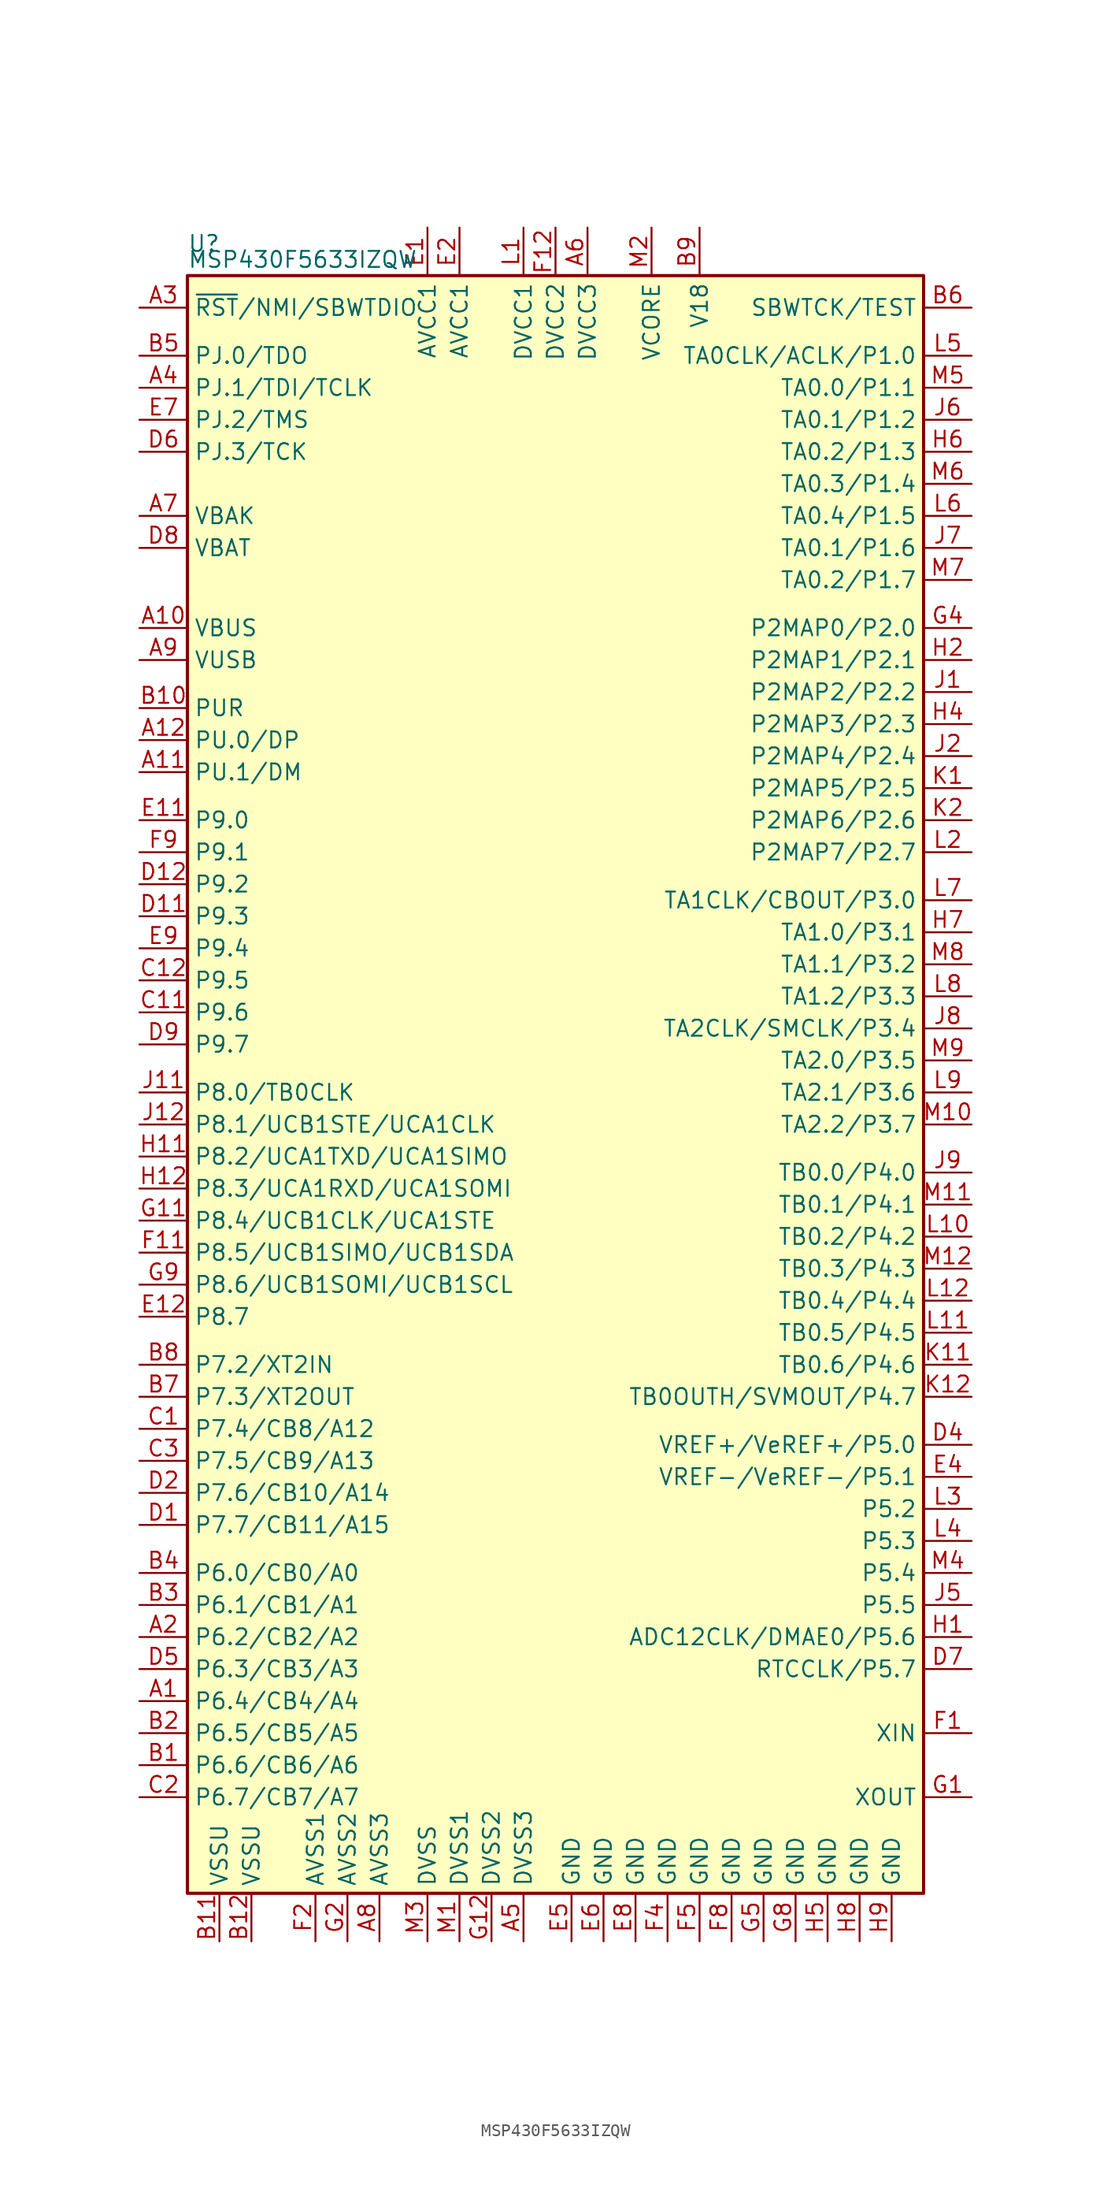
<source format=kicad_sym>
(kicad_symbol_lib
  (version 20241209)
  (generator "kicad_symbol_editor")
  (generator_version "9.0")
  (symbol "MSP430F5633IZQW"
    (property "Reference" "U"
      (at -29.21 66.04 0)
      (effects (font (size 1.27 1.27)) (justify left)))
    (property "Value" "MSP430F5633IZQW"
      (at -29.21 64.77 0)
      (effects (font (size 1.27 1.27)) (justify left)))
    (symbol "MSP430F5633IZQW_0_1"
      (rectangle (start -29.21 63.5) (end 29.21 -64.77) (stroke (width 0.254) (type default)) (fill (type background))))
    (symbol "MSP430F5633IZQW_1_1"
      (pin input line (at -33.02 60.96 0) (length 3.81) (name "~{RST}/NMI/SBWTDIO" (effects (font (size 1.27 1.27)))) (number "A3" (effects (font (size 1.27 1.27)))))
      (pin bidirectional line (at -33.02 57.15 0) (length 3.81) (name "PJ.0/TDO" (effects (font (size 1.27 1.27)))) (number "B5" (effects (font (size 1.27 1.27)))))
      (pin bidirectional line (at -33.02 54.61 0) (length 3.81) (name "PJ.1/TDI/TCLK" (effects (font (size 1.27 1.27)))) (number "A4" (effects (font (size 1.27 1.27)))))
      (pin bidirectional line (at -33.02 52.07 0) (length 3.81) (name "PJ.2/TMS" (effects (font (size 1.27 1.27)))) (number "E7" (effects (font (size 1.27 1.27)))))
      (pin bidirectional line (at -33.02 49.53 0) (length 3.81) (name "PJ.3/TCK" (effects (font (size 1.27 1.27)))) (number "D6" (effects (font (size 1.27 1.27)))))
      (pin bidirectional line (at -33.02 44.45 0) (length 3.81) (name "VBAK" (effects (font (size 1.27 1.27)))) (number "A7" (effects (font (size 1.27 1.27)))))
      (pin bidirectional line (at -33.02 41.91 0) (length 3.81) (name "VBAT" (effects (font (size 1.27 1.27)))) (number "D8" (effects (font (size 1.27 1.27)))))
      (pin bidirectional line (at -33.02 35.56 0) (length 3.81) (name "VBUS" (effects (font (size 1.27 1.27)))) (number "A10" (effects (font (size 1.27 1.27)))))
      (pin bidirectional line (at -33.02 33.02 0) (length 3.81) (name "VUSB" (effects (font (size 1.27 1.27)))) (number "A9" (effects (font (size 1.27 1.27)))))
      (pin bidirectional line (at -33.02 29.21 0) (length 3.81) (name "PUR" (effects (font (size 1.27 1.27)))) (number "B10" (effects (font (size 1.27 1.27)))))
      (pin bidirectional line (at -33.02 26.67 0) (length 3.81) (name "PU.0/DP" (effects (font (size 1.27 1.27)))) (number "A12" (effects (font (size 1.27 1.27)))))
      (pin bidirectional line (at -33.02 24.13 0) (length 3.81) (name "PU.1/DM" (effects (font (size 1.27 1.27)))) (number "A11" (effects (font (size 1.27 1.27)))))
      (pin bidirectional line (at -33.02 20.32 0) (length 3.81) (name "P9.0" (effects (font (size 1.27 1.27)))) (number "E11" (effects (font (size 1.27 1.27)))))
      (pin bidirectional line (at -33.02 17.78 0) (length 3.81) (name "P9.1" (effects (font (size 1.27 1.27)))) (number "F9" (effects (font (size 1.27 1.27)))))
      (pin bidirectional line (at -33.02 15.24 0) (length 3.81) (name "P9.2" (effects (font (size 1.27 1.27)))) (number "D12" (effects (font (size 1.27 1.27)))))
      (pin bidirectional line (at -33.02 12.7 0) (length 3.81) (name "P9.3" (effects (font (size 1.27 1.27)))) (number "D11" (effects (font (size 1.27 1.27)))))
      (pin bidirectional line (at -33.02 10.16 0) (length 3.81) (name "P9.4" (effects (font (size 1.27 1.27)))) (number "E9" (effects (font (size 1.27 1.27)))))
      (pin bidirectional line (at -33.02 7.62 0) (length 3.81) (name "P9.5" (effects (font (size 1.27 1.27)))) (number "C12" (effects (font (size 1.27 1.27)))))
      (pin bidirectional line (at -33.02 5.08 0) (length 3.81) (name "P9.6" (effects (font (size 1.27 1.27)))) (number "C11" (effects (font (size 1.27 1.27)))))
      (pin bidirectional line (at -33.02 2.54 0) (length 3.81) (name "P9.7" (effects (font (size 1.27 1.27)))) (number "D9" (effects (font (size 1.27 1.27)))))
      (pin bidirectional line (at -33.02 -1.27 0) (length 3.81) (name "P8.0/TB0CLK" (effects (font (size 1.27 1.27)))) (number "J11" (effects (font (size 1.27 1.27)))))
      (pin bidirectional line (at -33.02 -3.81 0) (length 3.81) (name "P8.1/UCB1STE/UCA1CLK" (effects (font (size 1.27 1.27)))) (number "J12" (effects (font (size 1.27 1.27)))))
      (pin bidirectional line (at -33.02 -6.35 0) (length 3.81) (name "P8.2/UCA1TXD/UCA1SIMO" (effects (font (size 1.27 1.27)))) (number "H11" (effects (font (size 1.27 1.27)))))
      (pin bidirectional line (at -33.02 -8.89 0) (length 3.81) (name "P8.3/UCA1RXD/UCA1SOMI" (effects (font (size 1.27 1.27)))) (number "H12" (effects (font (size 1.27 1.27)))))
      (pin bidirectional line (at -33.02 -11.43 0) (length 3.81) (name "P8.4/UCB1CLK/UCA1STE" (effects (font (size 1.27 1.27)))) (number "G11" (effects (font (size 1.27 1.27)))))
      (pin bidirectional line (at -33.02 -13.97 0) (length 3.81) (name "P8.5/UCB1SIMO/UCB1SDA" (effects (font (size 1.27 1.27)))) (number "F11" (effects (font (size 1.27 1.27)))))
      (pin bidirectional line (at -33.02 -16.51 0) (length 3.81) (name "P8.6/UCB1SOMI/UCB1SCL" (effects (font (size 1.27 1.27)))) (number "G9" (effects (font (size 1.27 1.27)))))
      (pin bidirectional line (at -33.02 -19.05 0) (length 3.81) (name "P8.7" (effects (font (size 1.27 1.27)))) (number "E12" (effects (font (size 1.27 1.27)))))
      (pin bidirectional line (at -33.02 -22.86 0) (length 3.81) (name "P7.2/XT2IN" (effects (font (size 1.27 1.27)))) (number "B8" (effects (font (size 1.27 1.27)))))
      (pin bidirectional line (at -33.02 -25.4 0) (length 3.81) (name "P7.3/XT2OUT" (effects (font (size 1.27 1.27)))) (number "B7" (effects (font (size 1.27 1.27)))))
      (pin bidirectional line (at -33.02 -27.94 0) (length 3.81) (name "P7.4/CB8/A12" (effects (font (size 1.27 1.27)))) (number "C1" (effects (font (size 1.27 1.27)))))
      (pin bidirectional line (at -33.02 -30.48 0) (length 3.81) (name "P7.5/CB9/A13" (effects (font (size 1.27 1.27)))) (number "C3" (effects (font (size 1.27 1.27)))))
      (pin bidirectional line (at -33.02 -33.02 0) (length 3.81) (name "P7.6/CB10/A14" (effects (font (size 1.27 1.27)))) (number "D2" (effects (font (size 1.27 1.27)))))
      (pin bidirectional line (at -33.02 -35.56 0) (length 3.81) (name "P7.7/CB11/A15" (effects (font (size 1.27 1.27)))) (number "D1" (effects (font (size 1.27 1.27)))))
      (pin bidirectional line (at -33.02 -39.37 0) (length 3.81) (name "P6.0/CB0/A0" (effects (font (size 1.27 1.27)))) (number "B4" (effects (font (size 1.27 1.27)))))
      (pin bidirectional line (at -33.02 -41.91 0) (length 3.81) (name "P6.1/CB1/A1" (effects (font (size 1.27 1.27)))) (number "B3" (effects (font (size 1.27 1.27)))))
      (pin bidirectional line (at -33.02 -44.45 0) (length 3.81) (name "P6.2/CB2/A2" (effects (font (size 1.27 1.27)))) (number "A2" (effects (font (size 1.27 1.27)))))
      (pin bidirectional line (at -33.02 -46.99 0) (length 3.81) (name "P6.3/CB3/A3" (effects (font (size 1.27 1.27)))) (number "D5" (effects (font (size 1.27 1.27)))))
      (pin bidirectional line (at -33.02 -49.53 0) (length 3.81) (name "P6.4/CB4/A4" (effects (font (size 1.27 1.27)))) (number "A1" (effects (font (size 1.27 1.27)))))
      (pin bidirectional line (at -33.02 -52.07 0) (length 3.81) (name "P6.5/CB5/A5" (effects (font (size 1.27 1.27)))) (number "B2" (effects (font (size 1.27 1.27)))))
      (pin bidirectional line (at -33.02 -54.61 0) (length 3.81) (name "P6.6/CB6/A6" (effects (font (size 1.27 1.27)))) (number "B1" (effects (font (size 1.27 1.27)))))
      (pin bidirectional line (at -33.02 -57.15 0) (length 3.81) (name "P6.7/CB7/A7" (effects (font (size 1.27 1.27)))) (number "C2" (effects (font (size 1.27 1.27)))))
      (pin power_in line (at -26.67 -68.58 90) (length 3.81) (name "VSSU" (effects (font (size 1.27 1.27)))) (number "B11" (effects (font (size 1.27 1.27)))))
      (pin power_in line (at -24.13 -68.58 90) (length 3.81) (name "VSSU" (effects (font (size 1.27 1.27)))) (number "B12" (effects (font (size 1.27 1.27)))))
      (pin power_in line (at -19.05 -68.58 90) (length 3.81) (name "AVSS1" (effects (font (size 1.27 1.27)))) (number "F2" (effects (font (size 1.27 1.27)))))
      (pin power_in line (at -16.51 -68.58 90) (length 3.81) (name "AVSS2" (effects (font (size 1.27 1.27)))) (number "G2" (effects (font (size 1.27 1.27)))))
      (pin power_in line (at -13.97 -68.58 90) (length 3.81) (name "AVSS3" (effects (font (size 1.27 1.27)))) (number "A8" (effects (font (size 1.27 1.27)))))
      (pin power_in line (at -10.16 67.31 270) (length 3.81) (name "AVCC1" (effects (font (size 1.27 1.27)))) (number "E1" (effects (font (size 1.27 1.27)))))
      (pin power_in line (at -10.16 -68.58 90) (length 3.81) (name "DVSS" (effects (font (size 1.27 1.27)))) (number "M3" (effects (font (size 1.27 1.27)))))
      (pin power_in line (at -7.62 67.31 270) (length 3.81) (name "AVCC1" (effects (font (size 1.27 1.27)))) (number "E2" (effects (font (size 1.27 1.27)))))
      (pin power_in line (at -7.62 -68.58 90) (length 3.81) (name "DVSS1" (effects (font (size 1.27 1.27)))) (number "M1" (effects (font (size 1.27 1.27)))))
      (pin power_in line (at -5.08 -68.58 90) (length 3.81) (name "DVSS2" (effects (font (size 1.27 1.27)))) (number "G12" (effects (font (size 1.27 1.27)))))
      (pin power_in line (at -2.54 67.31 270) (length 3.81) (name "DVCC1" (effects (font (size 1.27 1.27)))) (number "L1" (effects (font (size 1.27 1.27)))))
      (pin power_in line (at -2.54 -68.58 90) (length 3.81) (name "DVSS3" (effects (font (size 1.27 1.27)))) (number "A5" (effects (font (size 1.27 1.27)))))
      (pin power_in line (at 0 67.31 270) (length 3.81) (name "DVCC2" (effects (font (size 1.27 1.27)))) (number "F12" (effects (font (size 1.27 1.27)))))
      (pin power_in line (at 1.27 -68.58 90) (length 3.81) (name "GND" (effects (font (size 1.27 1.27)))) (number "E5" (effects (font (size 1.27 1.27)))))
      (pin power_in line (at 2.54 67.31 270) (length 3.81) (name "DVCC3" (effects (font (size 1.27 1.27)))) (number "A6" (effects (font (size 1.27 1.27)))))
      (pin power_in line (at 3.81 -68.58 90) (length 3.81) (name "GND" (effects (font (size 1.27 1.27)))) (number "E6" (effects (font (size 1.27 1.27)))))
      (pin power_in line (at 6.35 -68.58 90) (length 3.81) (name "GND" (effects (font (size 1.27 1.27)))) (number "E8" (effects (font (size 1.27 1.27)))))
      (pin bidirectional line (at 7.62 67.31 270) (length 3.81) (name "VCORE" (effects (font (size 1.27 1.27)))) (number "M2" (effects (font (size 1.27 1.27)))))
      (pin power_in line (at 8.89 -68.58 90) (length 3.81) (name "GND" (effects (font (size 1.27 1.27)))) (number "F4" (effects (font (size 1.27 1.27)))))
      (pin passive line (at 11.43 67.31 270) (length 3.81) (name "V18" (effects (font (size 1.27 1.27)))) (number "B9" (effects (font (size 1.27 1.27)))))
      (pin power_in line (at 11.43 -68.58 90) (length 3.81) (name "GND" (effects (font (size 1.27 1.27)))) (number "F5" (effects (font (size 1.27 1.27)))))
      (pin power_in line (at 13.97 -68.58 90) (length 3.81) (name "GND" (effects (font (size 1.27 1.27)))) (number "F8" (effects (font (size 1.27 1.27)))))
      (pin power_in line (at 16.51 -68.58 90) (length 3.81) (name "GND" (effects (font (size 1.27 1.27)))) (number "G5" (effects (font (size 1.27 1.27)))))
      (pin power_in line (at 19.05 -68.58 90) (length 3.81) (name "GND" (effects (font (size 1.27 1.27)))) (number "G8" (effects (font (size 1.27 1.27)))))
      (pin power_in line (at 21.59 -68.58 90) (length 3.81) (name "GND" (effects (font (size 1.27 1.27)))) (number "H5" (effects (font (size 1.27 1.27)))))
      (pin power_in line (at 24.13 -68.58 90) (length 3.81) (name "GND" (effects (font (size 1.27 1.27)))) (number "H8" (effects (font (size 1.27 1.27)))))
      (pin power_in line (at 26.67 -68.58 90) (length 3.81) (name "GND" (effects (font (size 1.27 1.27)))) (number "H9" (effects (font (size 1.27 1.27)))))
      (pin input line (at 33.02 60.96 180) (length 3.81) (name "SBWTCK/TEST" (effects (font (size 1.27 1.27)))) (number "B6" (effects (font (size 1.27 1.27)))))
      (pin bidirectional line (at 33.02 57.15 180) (length 3.81) (name "TA0CLK/ACLK/P1.0" (effects (font (size 1.27 1.27)))) (number "L5" (effects (font (size 1.27 1.27)))))
      (pin bidirectional line (at 33.02 54.61 180) (length 3.81) (name "TA0.0/P1.1" (effects (font (size 1.27 1.27)))) (number "M5" (effects (font (size 1.27 1.27)))))
      (pin bidirectional line (at 33.02 52.07 180) (length 3.81) (name "TA0.1/P1.2" (effects (font (size 1.27 1.27)))) (number "J6" (effects (font (size 1.27 1.27)))))
      (pin bidirectional line (at 33.02 49.53 180) (length 3.81) (name "TA0.2/P1.3" (effects (font (size 1.27 1.27)))) (number "H6" (effects (font (size 1.27 1.27)))))
      (pin bidirectional line (at 33.02 46.99 180) (length 3.81) (name "TA0.3/P1.4" (effects (font (size 1.27 1.27)))) (number "M6" (effects (font (size 1.27 1.27)))))
      (pin bidirectional line (at 33.02 44.45 180) (length 3.81) (name "TA0.4/P1.5" (effects (font (size 1.27 1.27)))) (number "L6" (effects (font (size 1.27 1.27)))))
      (pin bidirectional line (at 33.02 41.91 180) (length 3.81) (name "TA0.1/P1.6" (effects (font (size 1.27 1.27)))) (number "J7" (effects (font (size 1.27 1.27)))))
      (pin bidirectional line (at 33.02 39.37 180) (length 3.81) (name "TA0.2/P1.7" (effects (font (size 1.27 1.27)))) (number "M7" (effects (font (size 1.27 1.27)))))
      (pin bidirectional line (at 33.02 35.56 180) (length 3.81) (name "P2MAP0/P2.0" (effects (font (size 1.27 1.27)))) (number "G4" (effects (font (size 1.27 1.27)))))
      (pin bidirectional line (at 33.02 33.02 180) (length 3.81) (name "P2MAP1/P2.1" (effects (font (size 1.27 1.27)))) (number "H2" (effects (font (size 1.27 1.27)))))
      (pin bidirectional line (at 33.02 30.48 180) (length 3.81) (name "P2MAP2/P2.2" (effects (font (size 1.27 1.27)))) (number "J1" (effects (font (size 1.27 1.27)))))
      (pin bidirectional line (at 33.02 27.94 180) (length 3.81) (name "P2MAP3/P2.3" (effects (font (size 1.27 1.27)))) (number "H4" (effects (font (size 1.27 1.27)))))
      (pin bidirectional line (at 33.02 25.4 180) (length 3.81) (name "P2MAP4/P2.4" (effects (font (size 1.27 1.27)))) (number "J2" (effects (font (size 1.27 1.27)))))
      (pin bidirectional line (at 33.02 22.86 180) (length 3.81) (name "P2MAP5/P2.5" (effects (font (size 1.27 1.27)))) (number "K1" (effects (font (size 1.27 1.27)))))
      (pin bidirectional line (at 33.02 20.32 180) (length 3.81) (name "P2MAP6/P2.6" (effects (font (size 1.27 1.27)))) (number "K2" (effects (font (size 1.27 1.27)))))
      (pin bidirectional line (at 33.02 17.78 180) (length 3.81) (name "P2MAP7/P2.7" (effects (font (size 1.27 1.27)))) (number "L2" (effects (font (size 1.27 1.27)))))
      (pin bidirectional line (at 33.02 13.97 180) (length 3.81) (name "TA1CLK/CBOUT/P3.0" (effects (font (size 1.27 1.27)))) (number "L7" (effects (font (size 1.27 1.27)))))
      (pin bidirectional line (at 33.02 11.43 180) (length 3.81) (name "TA1.0/P3.1" (effects (font (size 1.27 1.27)))) (number "H7" (effects (font (size 1.27 1.27)))))
      (pin bidirectional line (at 33.02 8.89 180) (length 3.81) (name "TA1.1/P3.2" (effects (font (size 1.27 1.27)))) (number "M8" (effects (font (size 1.27 1.27)))))
      (pin bidirectional line (at 33.02 6.35 180) (length 3.81) (name "TA1.2/P3.3" (effects (font (size 1.27 1.27)))) (number "L8" (effects (font (size 1.27 1.27)))))
      (pin bidirectional line (at 33.02 3.81 180) (length 3.81) (name "TA2CLK/SMCLK/P3.4" (effects (font (size 1.27 1.27)))) (number "J8" (effects (font (size 1.27 1.27)))))
      (pin bidirectional line (at 33.02 1.27 180) (length 3.81) (name "TA2.0/P3.5" (effects (font (size 1.27 1.27)))) (number "M9" (effects (font (size 1.27 1.27)))))
      (pin bidirectional line (at 33.02 -1.27 180) (length 3.81) (name "TA2.1/P3.6" (effects (font (size 1.27 1.27)))) (number "L9" (effects (font (size 1.27 1.27)))))
      (pin bidirectional line (at 33.02 -3.81 180) (length 3.81) (name "TA2.2/P3.7" (effects (font (size 1.27 1.27)))) (number "M10" (effects (font (size 1.27 1.27)))))
      (pin bidirectional line (at 33.02 -7.62 180) (length 3.81) (name "TB0.0/P4.0" (effects (font (size 1.27 1.27)))) (number "J9" (effects (font (size 1.27 1.27)))))
      (pin bidirectional line (at 33.02 -10.16 180) (length 3.81) (name "TB0.1/P4.1" (effects (font (size 1.27 1.27)))) (number "M11" (effects (font (size 1.27 1.27)))))
      (pin bidirectional line (at 33.02 -12.7 180) (length 3.81) (name "TB0.2/P4.2" (effects (font (size 1.27 1.27)))) (number "L10" (effects (font (size 1.27 1.27)))))
      (pin bidirectional line (at 33.02 -15.24 180) (length 3.81) (name "TB0.3/P4.3" (effects (font (size 1.27 1.27)))) (number "M12" (effects (font (size 1.27 1.27)))))
      (pin bidirectional line (at 33.02 -17.78 180) (length 3.81) (name "TB0.4/P4.4" (effects (font (size 1.27 1.27)))) (number "L12" (effects (font (size 1.27 1.27)))))
      (pin bidirectional line (at 33.02 -20.32 180) (length 3.81) (name "TB0.5/P4.5" (effects (font (size 1.27 1.27)))) (number "L11" (effects (font (size 1.27 1.27)))))
      (pin bidirectional line (at 33.02 -22.86 180) (length 3.81) (name "TB0.6/P4.6" (effects (font (size 1.27 1.27)))) (number "K11" (effects (font (size 1.27 1.27)))))
      (pin bidirectional line (at 33.02 -25.4 180) (length 3.81) (name "TB0OUTH/SVMOUT/P4.7" (effects (font (size 1.27 1.27)))) (number "K12" (effects (font (size 1.27 1.27)))))
      (pin bidirectional line (at 33.02 -29.21 180) (length 3.81) (name "VREF+/VeREF+/P5.0" (effects (font (size 1.27 1.27)))) (number "D4" (effects (font (size 1.27 1.27)))))
      (pin bidirectional line (at 33.02 -31.75 180) (length 3.81) (name "VREF-/VeREF-/P5.1" (effects (font (size 1.27 1.27)))) (number "E4" (effects (font (size 1.27 1.27)))))
      (pin bidirectional line (at 33.02 -34.29 180) (length 3.81) (name "P5.2" (effects (font (size 1.27 1.27)))) (number "L3" (effects (font (size 1.27 1.27)))))
      (pin bidirectional line (at 33.02 -36.83 180) (length 3.81) (name "P5.3" (effects (font (size 1.27 1.27)))) (number "L4" (effects (font (size 1.27 1.27)))))
      (pin bidirectional line (at 33.02 -39.37 180) (length 3.81) (name "P5.4" (effects (font (size 1.27 1.27)))) (number "M4" (effects (font (size 1.27 1.27)))))
      (pin bidirectional line (at 33.02 -41.91 180) (length 3.81) (name "P5.5" (effects (font (size 1.27 1.27)))) (number "J5" (effects (font (size 1.27 1.27)))))
      (pin bidirectional line (at 33.02 -44.45 180) (length 3.81) (name "ADC12CLK/DMAE0/P5.6" (effects (font (size 1.27 1.27)))) (number "H1" (effects (font (size 1.27 1.27)))))
      (pin bidirectional line (at 33.02 -46.99 180) (length 3.81) (name "RTCCLK/P5.7" (effects (font (size 1.27 1.27)))) (number "D7" (effects (font (size 1.27 1.27)))))
      (pin bidirectional line (at 33.02 -52.07 180) (length 3.81) (name "XIN" (effects (font (size 1.27 1.27)))) (number "F1" (effects (font (size 1.27 1.27)))))
      (pin bidirectional line (at 33.02 -57.15 180) (length 3.81) (name "XOUT" (effects (font (size 1.27 1.27)))) (number "G1" (effects (font (size 1.27 1.27))))))))
</source>
